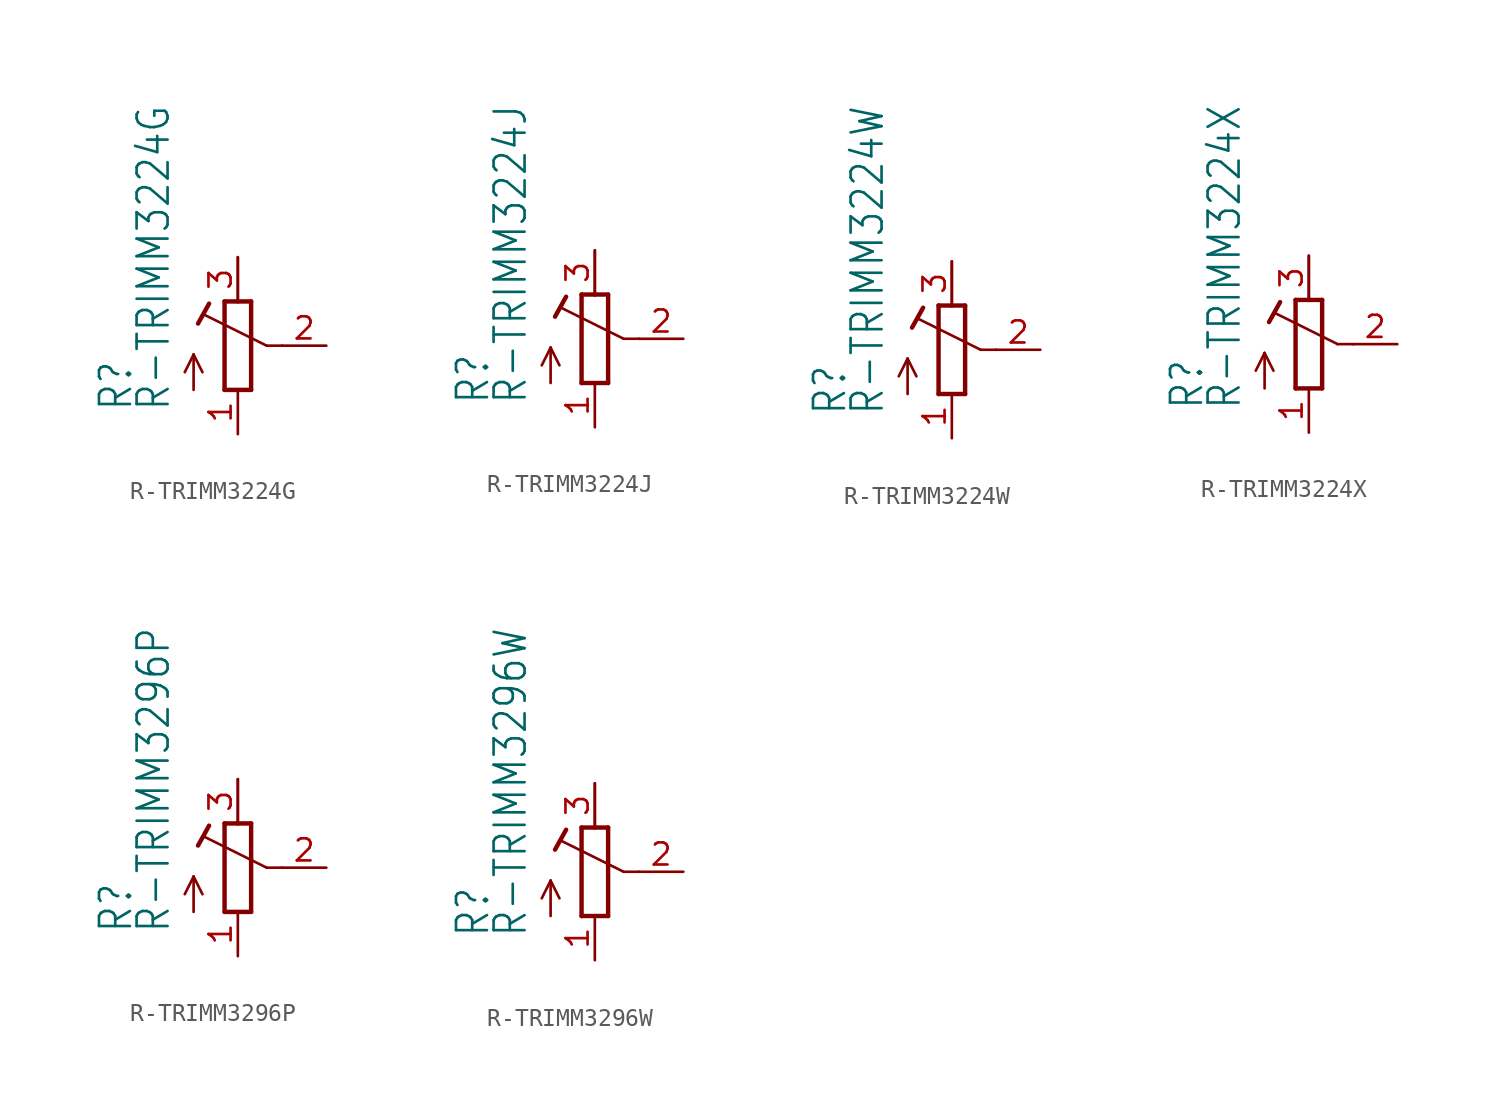
<source format=kicad_sym>
(kicad_symbol_lib
  (version 20220331)
  (generator kicad_symbol_editor)
  (symbol "R-TRIMM3224G"
    (property "Reference" "R"
      (at -5.969 -3.81 90)
      (effects (font (size 1.778 1.511)) (justify left bottom)))
    (property "Value" "R-TRIMM3224G"
      (at -3.81 -3.81 90)
      (effects (font (size 1.778 1.511)) (justify left bottom)))
    (property "ki_locked" ""
      (at 0 0 0)
      (effects (font (size 1.27 1.27))))
    (symbol "R-TRIMM3224G_1_0"
      (polyline (pts (xy -2.54 -2.54) (xy -2.54 -0.508)) (stroke (width 0.152) (type solid)) (fill (type none)))
      (polyline (pts (xy -2.54 -0.508) (xy -3.048 -1.524)) (stroke (width 0.152) (type solid)) (fill (type none)))
      (polyline (pts (xy -2.54 -0.508) (xy -2.032 -1.524)) (stroke (width 0.152) (type solid)) (fill (type none)))
      (polyline (pts (xy -2.286 1.27) (xy -1.651 2.413)) (stroke (width 0.254) (type solid)) (fill (type none)))
      (polyline (pts (xy -0.762 -2.54) (xy 0.762 -2.54)) (stroke (width 0.254) (type solid)) (fill (type none)))
      (polyline (pts (xy -0.762 2.54) (xy -0.762 -2.54)) (stroke (width 0.254) (type solid)) (fill (type none)))
      (polyline (pts (xy 0 2.54) (xy -0.762 2.54)) (stroke (width 0.254) (type solid)) (fill (type none)))
      (polyline (pts (xy 0 2.54) (xy 0 5.08)) (stroke (width 0.152) (type solid)) (fill (type none)))
      (polyline (pts (xy 0.762 -2.54) (xy 0.762 2.54)) (stroke (width 0.254) (type solid)) (fill (type none)))
      (polyline (pts (xy 0.762 2.54) (xy 0 2.54)) (stroke (width 0.254) (type solid)) (fill (type none)))
      (polyline (pts (xy 1.651 0) (xy -1.88 1.753)) (stroke (width 0.152) (type solid)) (fill (type none)))
      (polyline (pts (xy 2.54 0) (xy 1.651 0)) (stroke (width 0.152) (type solid)) (fill (type none)))
      (pin passive line (at 0 -5.08 90) (length 2.54) (name "E" (effects (font (size 0 0)))) (number "1" (effects (font (size 1.27 1.27)))))
      (pin passive line (at 5.08 0 180) (length 2.54) (name "S" (effects (font (size 0 0)))) (number "2" (effects (font (size 1.27 1.27)))))
      (pin passive line (at 0 5.08 270) (length 2.54) (name "A" (effects (font (size 0 0)))) (number "3" (effects (font (size 1.27 1.27)))))))
  (symbol "R-TRIMM3224J"
    (property "Reference" "R"
      (at -5.969 -3.81 90)
      (effects (font (size 1.778 1.511)) (justify left bottom)))
    (property "Value" "R-TRIMM3224J"
      (at -3.81 -3.81 90)
      (effects (font (size 1.778 1.511)) (justify left bottom)))
    (property "ki_locked" ""
      (at 0 0 0)
      (effects (font (size 1.27 1.27))))
    (symbol "R-TRIMM3224J_1_0"
      (polyline (pts (xy -2.54 -2.54) (xy -2.54 -0.508)) (stroke (width 0.152) (type solid)) (fill (type none)))
      (polyline (pts (xy -2.54 -0.508) (xy -3.048 -1.524)) (stroke (width 0.152) (type solid)) (fill (type none)))
      (polyline (pts (xy -2.54 -0.508) (xy -2.032 -1.524)) (stroke (width 0.152) (type solid)) (fill (type none)))
      (polyline (pts (xy -2.286 1.27) (xy -1.651 2.413)) (stroke (width 0.254) (type solid)) (fill (type none)))
      (polyline (pts (xy -0.762 -2.54) (xy 0.762 -2.54)) (stroke (width 0.254) (type solid)) (fill (type none)))
      (polyline (pts (xy -0.762 2.54) (xy -0.762 -2.54)) (stroke (width 0.254) (type solid)) (fill (type none)))
      (polyline (pts (xy 0 2.54) (xy -0.762 2.54)) (stroke (width 0.254) (type solid)) (fill (type none)))
      (polyline (pts (xy 0 2.54) (xy 0 5.08)) (stroke (width 0.152) (type solid)) (fill (type none)))
      (polyline (pts (xy 0.762 -2.54) (xy 0.762 2.54)) (stroke (width 0.254) (type solid)) (fill (type none)))
      (polyline (pts (xy 0.762 2.54) (xy 0 2.54)) (stroke (width 0.254) (type solid)) (fill (type none)))
      (polyline (pts (xy 1.651 0) (xy -1.88 1.753)) (stroke (width 0.152) (type solid)) (fill (type none)))
      (polyline (pts (xy 2.54 0) (xy 1.651 0)) (stroke (width 0.152) (type solid)) (fill (type none)))
      (pin passive line (at 0 -5.08 90) (length 2.54) (name "E" (effects (font (size 0 0)))) (number "1" (effects (font (size 1.27 1.27)))))
      (pin passive line (at 5.08 0 180) (length 2.54) (name "S" (effects (font (size 0 0)))) (number "2" (effects (font (size 1.27 1.27)))))
      (pin passive line (at 0 5.08 270) (length 2.54) (name "A" (effects (font (size 0 0)))) (number "3" (effects (font (size 1.27 1.27)))))))
  (symbol "R-TRIMM3224W"
    (property "Reference" "R"
      (at -5.969 -3.81 90)
      (effects (font (size 1.778 1.511)) (justify left bottom)))
    (property "Value" "R-TRIMM3224W"
      (at -3.81 -3.81 90)
      (effects (font (size 1.778 1.511)) (justify left bottom)))
    (property "ki_locked" ""
      (at 0 0 0)
      (effects (font (size 1.27 1.27))))
    (symbol "R-TRIMM3224W_1_0"
      (polyline (pts (xy -2.54 -2.54) (xy -2.54 -0.508)) (stroke (width 0.152) (type solid)) (fill (type none)))
      (polyline (pts (xy -2.54 -0.508) (xy -3.048 -1.524)) (stroke (width 0.152) (type solid)) (fill (type none)))
      (polyline (pts (xy -2.54 -0.508) (xy -2.032 -1.524)) (stroke (width 0.152) (type solid)) (fill (type none)))
      (polyline (pts (xy -2.286 1.27) (xy -1.651 2.413)) (stroke (width 0.254) (type solid)) (fill (type none)))
      (polyline (pts (xy -0.762 -2.54) (xy 0.762 -2.54)) (stroke (width 0.254) (type solid)) (fill (type none)))
      (polyline (pts (xy -0.762 2.54) (xy -0.762 -2.54)) (stroke (width 0.254) (type solid)) (fill (type none)))
      (polyline (pts (xy 0 2.54) (xy -0.762 2.54)) (stroke (width 0.254) (type solid)) (fill (type none)))
      (polyline (pts (xy 0 2.54) (xy 0 5.08)) (stroke (width 0.152) (type solid)) (fill (type none)))
      (polyline (pts (xy 0.762 -2.54) (xy 0.762 2.54)) (stroke (width 0.254) (type solid)) (fill (type none)))
      (polyline (pts (xy 0.762 2.54) (xy 0 2.54)) (stroke (width 0.254) (type solid)) (fill (type none)))
      (polyline (pts (xy 1.651 0) (xy -1.88 1.753)) (stroke (width 0.152) (type solid)) (fill (type none)))
      (polyline (pts (xy 2.54 0) (xy 1.651 0)) (stroke (width 0.152) (type solid)) (fill (type none)))
      (pin passive line (at 0 -5.08 90) (length 2.54) (name "E" (effects (font (size 0 0)))) (number "1" (effects (font (size 1.27 1.27)))))
      (pin passive line (at 5.08 0 180) (length 2.54) (name "S" (effects (font (size 0 0)))) (number "2" (effects (font (size 1.27 1.27)))))
      (pin passive line (at 0 5.08 270) (length 2.54) (name "A" (effects (font (size 0 0)))) (number "3" (effects (font (size 1.27 1.27)))))))
  (symbol "R-TRIMM3224X"
    (property "Reference" "R"
      (at -5.969 -3.81 90)
      (effects (font (size 1.778 1.511)) (justify left bottom)))
    (property "Value" "R-TRIMM3224X"
      (at -3.81 -3.81 90)
      (effects (font (size 1.778 1.511)) (justify left bottom)))
    (property "ki_locked" ""
      (at 0 0 0)
      (effects (font (size 1.27 1.27))))
    (symbol "R-TRIMM3224X_1_0"
      (polyline (pts (xy -2.54 -2.54) (xy -2.54 -0.508)) (stroke (width 0.152) (type solid)) (fill (type none)))
      (polyline (pts (xy -2.54 -0.508) (xy -3.048 -1.524)) (stroke (width 0.152) (type solid)) (fill (type none)))
      (polyline (pts (xy -2.54 -0.508) (xy -2.032 -1.524)) (stroke (width 0.152) (type solid)) (fill (type none)))
      (polyline (pts (xy -2.286 1.27) (xy -1.651 2.413)) (stroke (width 0.254) (type solid)) (fill (type none)))
      (polyline (pts (xy -0.762 -2.54) (xy 0.762 -2.54)) (stroke (width 0.254) (type solid)) (fill (type none)))
      (polyline (pts (xy -0.762 2.54) (xy -0.762 -2.54)) (stroke (width 0.254) (type solid)) (fill (type none)))
      (polyline (pts (xy 0 2.54) (xy -0.762 2.54)) (stroke (width 0.254) (type solid)) (fill (type none)))
      (polyline (pts (xy 0 2.54) (xy 0 5.08)) (stroke (width 0.152) (type solid)) (fill (type none)))
      (polyline (pts (xy 0.762 -2.54) (xy 0.762 2.54)) (stroke (width 0.254) (type solid)) (fill (type none)))
      (polyline (pts (xy 0.762 2.54) (xy 0 2.54)) (stroke (width 0.254) (type solid)) (fill (type none)))
      (polyline (pts (xy 1.651 0) (xy -1.88 1.753)) (stroke (width 0.152) (type solid)) (fill (type none)))
      (polyline (pts (xy 2.54 0) (xy 1.651 0)) (stroke (width 0.152) (type solid)) (fill (type none)))
      (pin passive line (at 0 -5.08 90) (length 2.54) (name "E" (effects (font (size 0 0)))) (number "1" (effects (font (size 1.27 1.27)))))
      (pin passive line (at 5.08 0 180) (length 2.54) (name "S" (effects (font (size 0 0)))) (number "2" (effects (font (size 1.27 1.27)))))
      (pin passive line (at 0 5.08 270) (length 2.54) (name "A" (effects (font (size 0 0)))) (number "3" (effects (font (size 1.27 1.27)))))))
  (symbol "R-TRIMM3296P"
    (property "Reference" "R"
      (at -5.969 -3.81 90)
      (effects (font (size 1.778 1.511)) (justify left bottom)))
    (property "Value" "R-TRIMM3296P"
      (at -3.81 -3.81 90)
      (effects (font (size 1.778 1.511)) (justify left bottom)))
    (property "ki_locked" ""
      (at 0 0 0)
      (effects (font (size 1.27 1.27))))
    (symbol "R-TRIMM3296P_1_0"
      (polyline (pts (xy -2.54 -2.54) (xy -2.54 -0.508)) (stroke (width 0.152) (type solid)) (fill (type none)))
      (polyline (pts (xy -2.54 -0.508) (xy -3.048 -1.524)) (stroke (width 0.152) (type solid)) (fill (type none)))
      (polyline (pts (xy -2.54 -0.508) (xy -2.032 -1.524)) (stroke (width 0.152) (type solid)) (fill (type none)))
      (polyline (pts (xy -2.286 1.27) (xy -1.651 2.413)) (stroke (width 0.254) (type solid)) (fill (type none)))
      (polyline (pts (xy -0.762 -2.54) (xy 0.762 -2.54)) (stroke (width 0.254) (type solid)) (fill (type none)))
      (polyline (pts (xy -0.762 2.54) (xy -0.762 -2.54)) (stroke (width 0.254) (type solid)) (fill (type none)))
      (polyline (pts (xy 0 2.54) (xy -0.762 2.54)) (stroke (width 0.254) (type solid)) (fill (type none)))
      (polyline (pts (xy 0 2.54) (xy 0 5.08)) (stroke (width 0.152) (type solid)) (fill (type none)))
      (polyline (pts (xy 0.762 -2.54) (xy 0.762 2.54)) (stroke (width 0.254) (type solid)) (fill (type none)))
      (polyline (pts (xy 0.762 2.54) (xy 0 2.54)) (stroke (width 0.254) (type solid)) (fill (type none)))
      (polyline (pts (xy 1.651 0) (xy -1.88 1.753)) (stroke (width 0.152) (type solid)) (fill (type none)))
      (polyline (pts (xy 2.54 0) (xy 1.651 0)) (stroke (width 0.152) (type solid)) (fill (type none)))
      (pin passive line (at 0 -5.08 90) (length 2.54) (name "E" (effects (font (size 0 0)))) (number "1" (effects (font (size 1.27 1.27)))))
      (pin passive line (at 5.08 0 180) (length 2.54) (name "S" (effects (font (size 0 0)))) (number "2" (effects (font (size 1.27 1.27)))))
      (pin passive line (at 0 5.08 270) (length 2.54) (name "A" (effects (font (size 0 0)))) (number "3" (effects (font (size 1.27 1.27)))))))
  (symbol "R-TRIMM3296W"
    (property "Reference" "R"
      (at -5.969 -3.81 90)
      (effects (font (size 1.778 1.511)) (justify left bottom)))
    (property "Value" "R-TRIMM3296W"
      (at -3.81 -3.81 90)
      (effects (font (size 1.778 1.511)) (justify left bottom)))
    (property "ki_locked" ""
      (at 0 0 0)
      (effects (font (size 1.27 1.27))))
    (symbol "R-TRIMM3296W_1_0"
      (polyline (pts (xy -2.54 -2.54) (xy -2.54 -0.508)) (stroke (width 0.152) (type solid)) (fill (type none)))
      (polyline (pts (xy -2.54 -0.508) (xy -3.048 -1.524)) (stroke (width 0.152) (type solid)) (fill (type none)))
      (polyline (pts (xy -2.54 -0.508) (xy -2.032 -1.524)) (stroke (width 0.152) (type solid)) (fill (type none)))
      (polyline (pts (xy -2.286 1.27) (xy -1.651 2.413)) (stroke (width 0.254) (type solid)) (fill (type none)))
      (polyline (pts (xy -0.762 -2.54) (xy 0.762 -2.54)) (stroke (width 0.254) (type solid)) (fill (type none)))
      (polyline (pts (xy -0.762 2.54) (xy -0.762 -2.54)) (stroke (width 0.254) (type solid)) (fill (type none)))
      (polyline (pts (xy 0 2.54) (xy -0.762 2.54)) (stroke (width 0.254) (type solid)) (fill (type none)))
      (polyline (pts (xy 0 2.54) (xy 0 5.08)) (stroke (width 0.152) (type solid)) (fill (type none)))
      (polyline (pts (xy 0.762 -2.54) (xy 0.762 2.54)) (stroke (width 0.254) (type solid)) (fill (type none)))
      (polyline (pts (xy 0.762 2.54) (xy 0 2.54)) (stroke (width 0.254) (type solid)) (fill (type none)))
      (polyline (pts (xy 1.651 0) (xy -1.88 1.753)) (stroke (width 0.152) (type solid)) (fill (type none)))
      (polyline (pts (xy 2.54 0) (xy 1.651 0)) (stroke (width 0.152) (type solid)) (fill (type none)))
      (pin passive line (at 0 -5.08 90) (length 2.54) (name "E" (effects (font (size 0 0)))) (number "1" (effects (font (size 1.27 1.27)))))
      (pin passive line (at 5.08 0 180) (length 2.54) (name "S" (effects (font (size 0 0)))) (number "2" (effects (font (size 1.27 1.27)))))
      (pin passive line (at 0 5.08 270) (length 2.54) (name "A" (effects (font (size 0 0)))) (number "3" (effects (font (size 1.27 1.27))))))))
</source>
